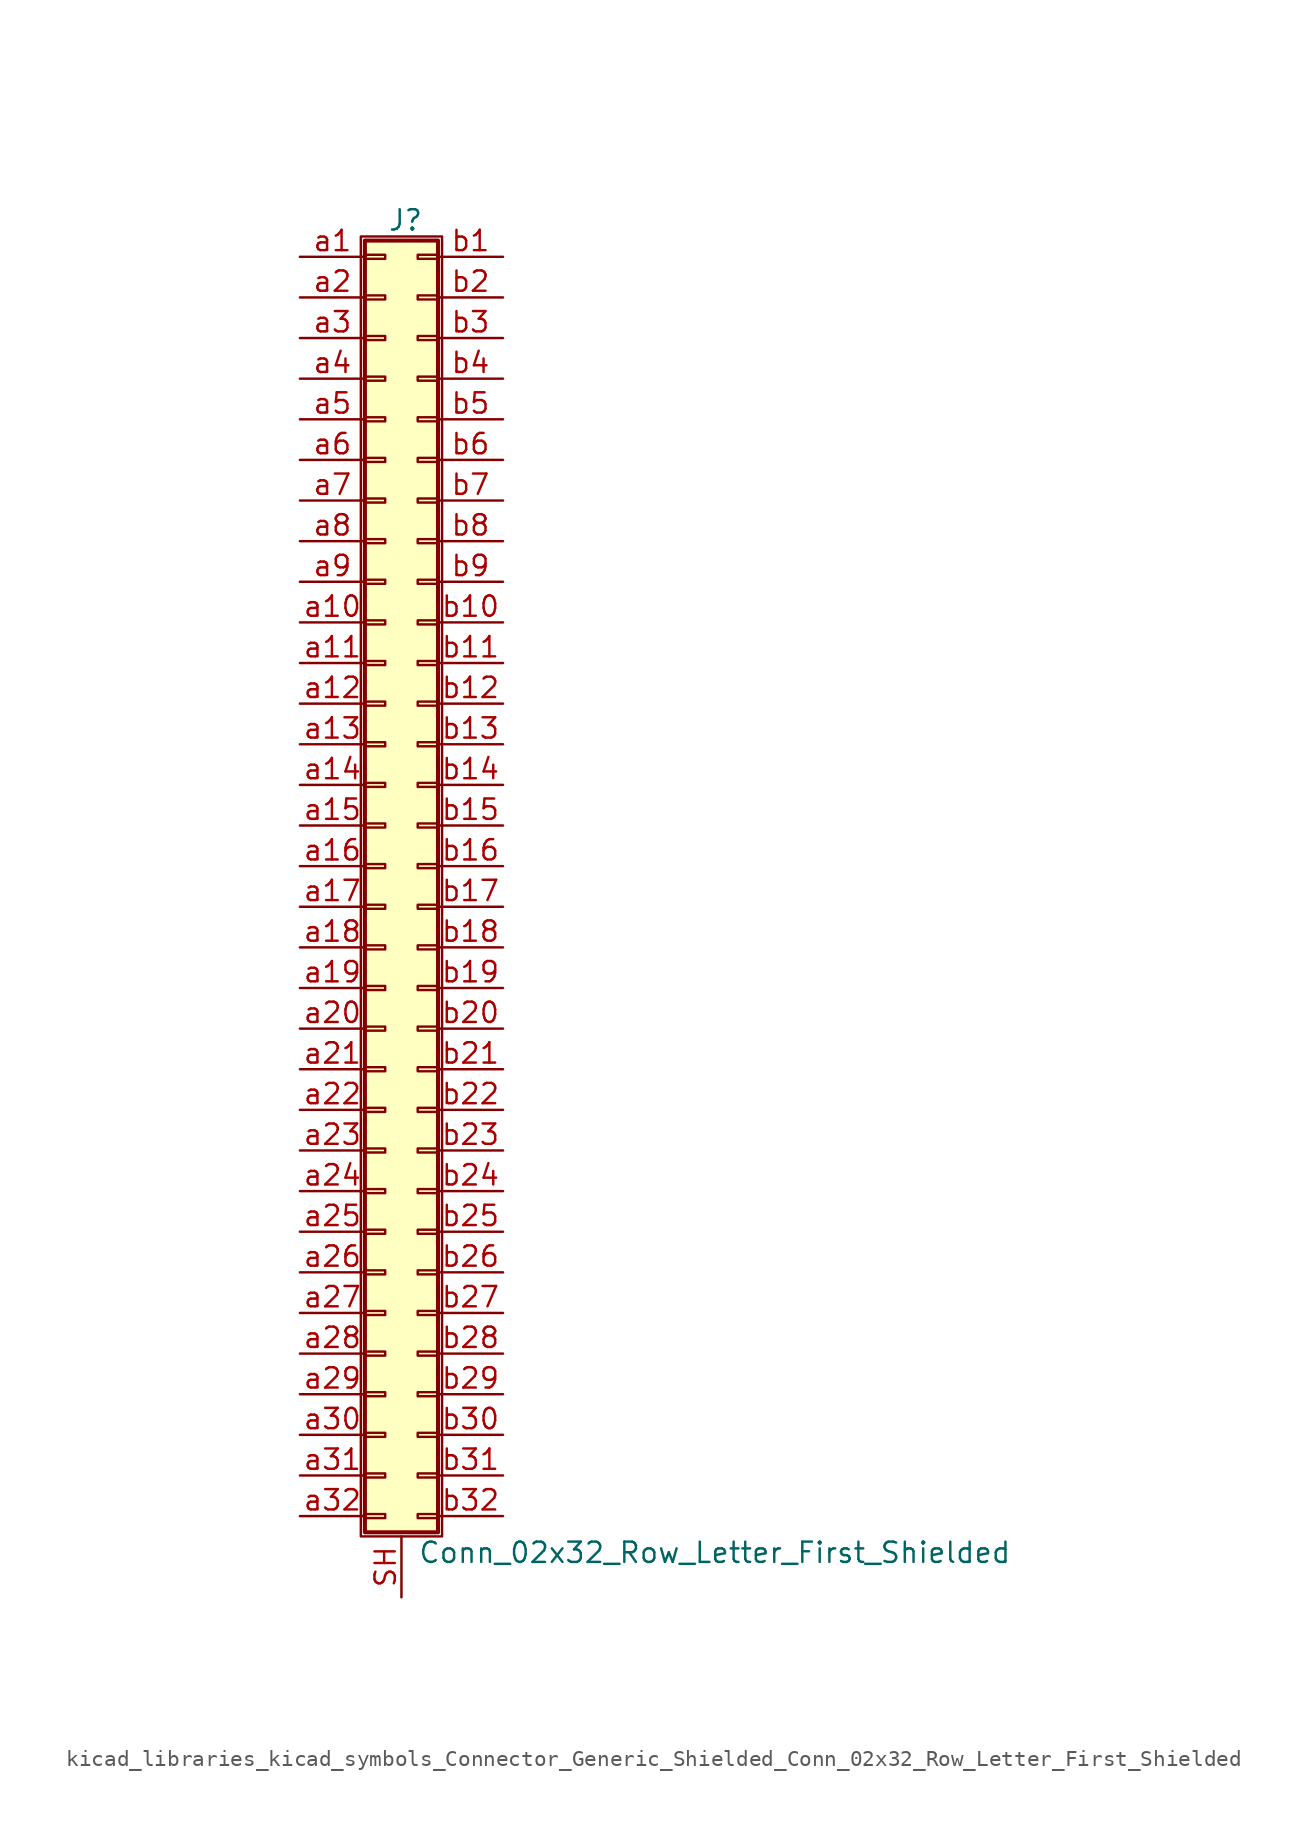
<source format=kicad_sym>
(kicad_symbol_lib
  (version 20220914)
  (generator kicad_symbol_editor)
  (symbol "kicad_libraries_kicad_symbols_Connector_Generic_Shielded_Conn_02x32_Row_Letter_First_Shielded"
    (pin_names
      (offset 1.016) hide)
    (property "Reference" "J"
      (at 1.524 40.386 0)
      (effects (font (size 1.27 1.27))))
    (property "Value" "Conn_02x32_Row_Letter_First_Shielded"
      (at 2.286 -42.926 0)
      (effects (font (size 1.27 1.27)) (justify left)))
    (symbol "kicad_libraries_kicad_symbols_Connector_Generic_Shielded_Conn_02x32_Row_Letter_First_Shielded_1_1"
      (rectangle (start -1.27 39.37) (end 3.81 -41.91) (stroke (width 0.152) (type default)) (fill (type none)))
      (rectangle (start -1.016 -40.513) (end 0.254 -40.767) (stroke (width 0.152) (type default)) (fill (type none)))
      (rectangle (start -1.016 -37.973) (end 0.254 -38.227) (stroke (width 0.152) (type default)) (fill (type none)))
      (rectangle (start -1.016 -35.433) (end 0.254 -35.687) (stroke (width 0.152) (type default)) (fill (type none)))
      (rectangle (start -1.016 -32.893) (end 0.254 -33.147) (stroke (width 0.152) (type default)) (fill (type none)))
      (rectangle (start -1.016 -30.353) (end 0.254 -30.607) (stroke (width 0.152) (type default)) (fill (type none)))
      (rectangle (start -1.016 -27.813) (end 0.254 -28.067) (stroke (width 0.152) (type default)) (fill (type none)))
      (rectangle (start -1.016 -25.273) (end 0.254 -25.527) (stroke (width 0.152) (type default)) (fill (type none)))
      (rectangle (start -1.016 -22.733) (end 0.254 -22.987) (stroke (width 0.152) (type default)) (fill (type none)))
      (rectangle (start -1.016 -20.193) (end 0.254 -20.447) (stroke (width 0.152) (type default)) (fill (type none)))
      (rectangle (start -1.016 -17.653) (end 0.254 -17.907) (stroke (width 0.152) (type default)) (fill (type none)))
      (rectangle (start -1.016 -15.113) (end 0.254 -15.367) (stroke (width 0.152) (type default)) (fill (type none)))
      (rectangle (start -1.016 -12.573) (end 0.254 -12.827) (stroke (width 0.152) (type default)) (fill (type none)))
      (rectangle (start -1.016 -10.033) (end 0.254 -10.287) (stroke (width 0.152) (type default)) (fill (type none)))
      (rectangle (start -1.016 -7.493) (end 0.254 -7.747) (stroke (width 0.152) (type default)) (fill (type none)))
      (rectangle (start -1.016 -4.953) (end 0.254 -5.207) (stroke (width 0.152) (type default)) (fill (type none)))
      (rectangle (start -1.016 -2.413) (end 0.254 -2.667) (stroke (width 0.152) (type default)) (fill (type none)))
      (rectangle (start -1.016 0.127) (end 0.254 -0.127) (stroke (width 0.152) (type default)) (fill (type none)))
      (rectangle (start -1.016 2.667) (end 0.254 2.413) (stroke (width 0.152) (type default)) (fill (type none)))
      (rectangle (start -1.016 5.207) (end 0.254 4.953) (stroke (width 0.152) (type default)) (fill (type none)))
      (rectangle (start -1.016 7.747) (end 0.254 7.493) (stroke (width 0.152) (type default)) (fill (type none)))
      (rectangle (start -1.016 10.287) (end 0.254 10.033) (stroke (width 0.152) (type default)) (fill (type none)))
      (rectangle (start -1.016 12.827) (end 0.254 12.573) (stroke (width 0.152) (type default)) (fill (type none)))
      (rectangle (start -1.016 15.367) (end 0.254 15.113) (stroke (width 0.152) (type default)) (fill (type none)))
      (rectangle (start -1.016 17.907) (end 0.254 17.653) (stroke (width 0.152) (type default)) (fill (type none)))
      (rectangle (start -1.016 20.447) (end 0.254 20.193) (stroke (width 0.152) (type default)) (fill (type none)))
      (rectangle (start -1.016 22.987) (end 0.254 22.733) (stroke (width 0.152) (type default)) (fill (type none)))
      (rectangle (start -1.016 25.527) (end 0.254 25.273) (stroke (width 0.152) (type default)) (fill (type none)))
      (rectangle (start -1.016 28.067) (end 0.254 27.813) (stroke (width 0.152) (type default)) (fill (type none)))
      (rectangle (start -1.016 30.607) (end 0.254 30.353) (stroke (width 0.152) (type default)) (fill (type none)))
      (rectangle (start -1.016 33.147) (end 0.254 32.893) (stroke (width 0.152) (type default)) (fill (type none)))
      (rectangle (start -1.016 35.687) (end 0.254 35.433) (stroke (width 0.152) (type default)) (fill (type none)))
      (rectangle (start -1.016 38.227) (end 0.254 37.973) (stroke (width 0.152) (type default)) (fill (type none)))
      (rectangle (start -1.016 39.116) (end 3.556 -41.656) (stroke (width 0.254) (type default)) (fill (type background)))
      (rectangle (start 3.556 -40.513) (end 2.286 -40.767) (stroke (width 0.152) (type default)) (fill (type none)))
      (rectangle (start 3.556 -37.973) (end 2.286 -38.227) (stroke (width 0.152) (type default)) (fill (type none)))
      (rectangle (start 3.556 -35.433) (end 2.286 -35.687) (stroke (width 0.152) (type default)) (fill (type none)))
      (rectangle (start 3.556 -32.893) (end 2.286 -33.147) (stroke (width 0.152) (type default)) (fill (type none)))
      (rectangle (start 3.556 -30.353) (end 2.286 -30.607) (stroke (width 0.152) (type default)) (fill (type none)))
      (rectangle (start 3.556 -27.813) (end 2.286 -28.067) (stroke (width 0.152) (type default)) (fill (type none)))
      (rectangle (start 3.556 -25.273) (end 2.286 -25.527) (stroke (width 0.152) (type default)) (fill (type none)))
      (rectangle (start 3.556 -22.733) (end 2.286 -22.987) (stroke (width 0.152) (type default)) (fill (type none)))
      (rectangle (start 3.556 -20.193) (end 2.286 -20.447) (stroke (width 0.152) (type default)) (fill (type none)))
      (rectangle (start 3.556 -17.653) (end 2.286 -17.907) (stroke (width 0.152) (type default)) (fill (type none)))
      (rectangle (start 3.556 -15.113) (end 2.286 -15.367) (stroke (width 0.152) (type default)) (fill (type none)))
      (rectangle (start 3.556 -12.573) (end 2.286 -12.827) (stroke (width 0.152) (type default)) (fill (type none)))
      (rectangle (start 3.556 -10.033) (end 2.286 -10.287) (stroke (width 0.152) (type default)) (fill (type none)))
      (rectangle (start 3.556 -7.493) (end 2.286 -7.747) (stroke (width 0.152) (type default)) (fill (type none)))
      (rectangle (start 3.556 -4.953) (end 2.286 -5.207) (stroke (width 0.152) (type default)) (fill (type none)))
      (rectangle (start 3.556 -2.413) (end 2.286 -2.667) (stroke (width 0.152) (type default)) (fill (type none)))
      (rectangle (start 3.556 0.127) (end 2.286 -0.127) (stroke (width 0.152) (type default)) (fill (type none)))
      (rectangle (start 3.556 2.667) (end 2.286 2.413) (stroke (width 0.152) (type default)) (fill (type none)))
      (rectangle (start 3.556 5.207) (end 2.286 4.953) (stroke (width 0.152) (type default)) (fill (type none)))
      (rectangle (start 3.556 7.747) (end 2.286 7.493) (stroke (width 0.152) (type default)) (fill (type none)))
      (rectangle (start 3.556 10.287) (end 2.286 10.033) (stroke (width 0.152) (type default)) (fill (type none)))
      (rectangle (start 3.556 12.827) (end 2.286 12.573) (stroke (width 0.152) (type default)) (fill (type none)))
      (rectangle (start 3.556 15.367) (end 2.286 15.113) (stroke (width 0.152) (type default)) (fill (type none)))
      (rectangle (start 3.556 17.907) (end 2.286 17.653) (stroke (width 0.152) (type default)) (fill (type none)))
      (rectangle (start 3.556 20.447) (end 2.286 20.193) (stroke (width 0.152) (type default)) (fill (type none)))
      (rectangle (start 3.556 22.987) (end 2.286 22.733) (stroke (width 0.152) (type default)) (fill (type none)))
      (rectangle (start 3.556 25.527) (end 2.286 25.273) (stroke (width 0.152) (type default)) (fill (type none)))
      (rectangle (start 3.556 28.067) (end 2.286 27.813) (stroke (width 0.152) (type default)) (fill (type none)))
      (rectangle (start 3.556 30.607) (end 2.286 30.353) (stroke (width 0.152) (type default)) (fill (type none)))
      (rectangle (start 3.556 33.147) (end 2.286 32.893) (stroke (width 0.152) (type default)) (fill (type none)))
      (rectangle (start 3.556 35.687) (end 2.286 35.433) (stroke (width 0.152) (type default)) (fill (type none)))
      (rectangle (start 3.556 38.227) (end 2.286 37.973) (stroke (width 0.152) (type default)) (fill (type none)))
      (pin passive line (at 1.27 -45.72 90) (length 3.81) (name "Shield" (effects (font (size 1.27 1.27)))) (number "SH" (effects (font (size 1.27 1.27)))))
      (pin passive line (at -5.08 38.1 0) (length 4.064) (name "Pin_a1" (effects (font (size 1.27 1.27)))) (number "a1" (effects (font (size 1.27 1.27)))))
      (pin passive line (at -5.08 15.24 0) (length 4.064) (name "Pin_a10" (effects (font (size 1.27 1.27)))) (number "a10" (effects (font (size 1.27 1.27)))))
      (pin passive line (at -5.08 12.7 0) (length 4.064) (name "Pin_a11" (effects (font (size 1.27 1.27)))) (number "a11" (effects (font (size 1.27 1.27)))))
      (pin passive line (at -5.08 10.16 0) (length 4.064) (name "Pin_a12" (effects (font (size 1.27 1.27)))) (number "a12" (effects (font (size 1.27 1.27)))))
      (pin passive line (at -5.08 7.62 0) (length 4.064) (name "Pin_a13" (effects (font (size 1.27 1.27)))) (number "a13" (effects (font (size 1.27 1.27)))))
      (pin passive line (at -5.08 5.08 0) (length 4.064) (name "Pin_a14" (effects (font (size 1.27 1.27)))) (number "a14" (effects (font (size 1.27 1.27)))))
      (pin passive line (at -5.08 2.54 0) (length 4.064) (name "Pin_a15" (effects (font (size 1.27 1.27)))) (number "a15" (effects (font (size 1.27 1.27)))))
      (pin passive line (at -5.08 0 0) (length 4.064) (name "Pin_a16" (effects (font (size 1.27 1.27)))) (number "a16" (effects (font (size 1.27 1.27)))))
      (pin passive line (at -5.08 -2.54 0) (length 4.064) (name "Pin_a17" (effects (font (size 1.27 1.27)))) (number "a17" (effects (font (size 1.27 1.27)))))
      (pin passive line (at -5.08 -5.08 0) (length 4.064) (name "Pin_a18" (effects (font (size 1.27 1.27)))) (number "a18" (effects (font (size 1.27 1.27)))))
      (pin passive line (at -5.08 -7.62 0) (length 4.064) (name "Pin_a19" (effects (font (size 1.27 1.27)))) (number "a19" (effects (font (size 1.27 1.27)))))
      (pin passive line (at -5.08 35.56 0) (length 4.064) (name "Pin_a2" (effects (font (size 1.27 1.27)))) (number "a2" (effects (font (size 1.27 1.27)))))
      (pin passive line (at -5.08 -10.16 0) (length 4.064) (name "Pin_a20" (effects (font (size 1.27 1.27)))) (number "a20" (effects (font (size 1.27 1.27)))))
      (pin passive line (at -5.08 -12.7 0) (length 4.064) (name "Pin_a21" (effects (font (size 1.27 1.27)))) (number "a21" (effects (font (size 1.27 1.27)))))
      (pin passive line (at -5.08 -15.24 0) (length 4.064) (name "Pin_a22" (effects (font (size 1.27 1.27)))) (number "a22" (effects (font (size 1.27 1.27)))))
      (pin passive line (at -5.08 -17.78 0) (length 4.064) (name "Pin_a23" (effects (font (size 1.27 1.27)))) (number "a23" (effects (font (size 1.27 1.27)))))
      (pin passive line (at -5.08 -20.32 0) (length 4.064) (name "Pin_a24" (effects (font (size 1.27 1.27)))) (number "a24" (effects (font (size 1.27 1.27)))))
      (pin passive line (at -5.08 -22.86 0) (length 4.064) (name "Pin_a25" (effects (font (size 1.27 1.27)))) (number "a25" (effects (font (size 1.27 1.27)))))
      (pin passive line (at -5.08 -25.4 0) (length 4.064) (name "Pin_a26" (effects (font (size 1.27 1.27)))) (number "a26" (effects (font (size 1.27 1.27)))))
      (pin passive line (at -5.08 -27.94 0) (length 4.064) (name "Pin_a27" (effects (font (size 1.27 1.27)))) (number "a27" (effects (font (size 1.27 1.27)))))
      (pin passive line (at -5.08 -30.48 0) (length 4.064) (name "Pin_a28" (effects (font (size 1.27 1.27)))) (number "a28" (effects (font (size 1.27 1.27)))))
      (pin passive line (at -5.08 -33.02 0) (length 4.064) (name "Pin_a29" (effects (font (size 1.27 1.27)))) (number "a29" (effects (font (size 1.27 1.27)))))
      (pin passive line (at -5.08 33.02 0) (length 4.064) (name "Pin_a3" (effects (font (size 1.27 1.27)))) (number "a3" (effects (font (size 1.27 1.27)))))
      (pin passive line (at -5.08 -35.56 0) (length 4.064) (name "Pin_a30" (effects (font (size 1.27 1.27)))) (number "a30" (effects (font (size 1.27 1.27)))))
      (pin passive line (at -5.08 -38.1 0) (length 4.064) (name "Pin_a31" (effects (font (size 1.27 1.27)))) (number "a31" (effects (font (size 1.27 1.27)))))
      (pin passive line (at -5.08 -40.64 0) (length 4.064) (name "Pin_a32" (effects (font (size 1.27 1.27)))) (number "a32" (effects (font (size 1.27 1.27)))))
      (pin passive line (at -5.08 30.48 0) (length 4.064) (name "Pin_a4" (effects (font (size 1.27 1.27)))) (number "a4" (effects (font (size 1.27 1.27)))))
      (pin passive line (at -5.08 27.94 0) (length 4.064) (name "Pin_a5" (effects (font (size 1.27 1.27)))) (number "a5" (effects (font (size 1.27 1.27)))))
      (pin passive line (at -5.08 25.4 0) (length 4.064) (name "Pin_a6" (effects (font (size 1.27 1.27)))) (number "a6" (effects (font (size 1.27 1.27)))))
      (pin passive line (at -5.08 22.86 0) (length 4.064) (name "Pin_a7" (effects (font (size 1.27 1.27)))) (number "a7" (effects (font (size 1.27 1.27)))))
      (pin passive line (at -5.08 20.32 0) (length 4.064) (name "Pin_a8" (effects (font (size 1.27 1.27)))) (number "a8" (effects (font (size 1.27 1.27)))))
      (pin passive line (at -5.08 17.78 0) (length 4.064) (name "Pin_a9" (effects (font (size 1.27 1.27)))) (number "a9" (effects (font (size 1.27 1.27)))))
      (pin passive line (at 7.62 38.1 180) (length 4.064) (name "Pin_b1" (effects (font (size 1.27 1.27)))) (number "b1" (effects (font (size 1.27 1.27)))))
      (pin passive line (at 7.62 15.24 180) (length 4.064) (name "Pin_b10" (effects (font (size 1.27 1.27)))) (number "b10" (effects (font (size 1.27 1.27)))))
      (pin passive line (at 7.62 12.7 180) (length 4.064) (name "Pin_b11" (effects (font (size 1.27 1.27)))) (number "b11" (effects (font (size 1.27 1.27)))))
      (pin passive line (at 7.62 10.16 180) (length 4.064) (name "Pin_b12" (effects (font (size 1.27 1.27)))) (number "b12" (effects (font (size 1.27 1.27)))))
      (pin passive line (at 7.62 7.62 180) (length 4.064) (name "Pin_b13" (effects (font (size 1.27 1.27)))) (number "b13" (effects (font (size 1.27 1.27)))))
      (pin passive line (at 7.62 5.08 180) (length 4.064) (name "Pin_b14" (effects (font (size 1.27 1.27)))) (number "b14" (effects (font (size 1.27 1.27)))))
      (pin passive line (at 7.62 2.54 180) (length 4.064) (name "Pin_b15" (effects (font (size 1.27 1.27)))) (number "b15" (effects (font (size 1.27 1.27)))))
      (pin passive line (at 7.62 0 180) (length 4.064) (name "Pin_b16" (effects (font (size 1.27 1.27)))) (number "b16" (effects (font (size 1.27 1.27)))))
      (pin passive line (at 7.62 -2.54 180) (length 4.064) (name "Pin_b17" (effects (font (size 1.27 1.27)))) (number "b17" (effects (font (size 1.27 1.27)))))
      (pin passive line (at 7.62 -5.08 180) (length 4.064) (name "Pin_b18" (effects (font (size 1.27 1.27)))) (number "b18" (effects (font (size 1.27 1.27)))))
      (pin passive line (at 7.62 -7.62 180) (length 4.064) (name "Pin_b19" (effects (font (size 1.27 1.27)))) (number "b19" (effects (font (size 1.27 1.27)))))
      (pin passive line (at 7.62 35.56 180) (length 4.064) (name "Pin_b2" (effects (font (size 1.27 1.27)))) (number "b2" (effects (font (size 1.27 1.27)))))
      (pin passive line (at 7.62 -10.16 180) (length 4.064) (name "Pin_b20" (effects (font (size 1.27 1.27)))) (number "b20" (effects (font (size 1.27 1.27)))))
      (pin passive line (at 7.62 -12.7 180) (length 4.064) (name "Pin_b21" (effects (font (size 1.27 1.27)))) (number "b21" (effects (font (size 1.27 1.27)))))
      (pin passive line (at 7.62 -15.24 180) (length 4.064) (name "Pin_b22" (effects (font (size 1.27 1.27)))) (number "b22" (effects (font (size 1.27 1.27)))))
      (pin passive line (at 7.62 -17.78 180) (length 4.064) (name "Pin_b23" (effects (font (size 1.27 1.27)))) (number "b23" (effects (font (size 1.27 1.27)))))
      (pin passive line (at 7.62 -20.32 180) (length 4.064) (name "Pin_b24" (effects (font (size 1.27 1.27)))) (number "b24" (effects (font (size 1.27 1.27)))))
      (pin passive line (at 7.62 -22.86 180) (length 4.064) (name "Pin_b25" (effects (font (size 1.27 1.27)))) (number "b25" (effects (font (size 1.27 1.27)))))
      (pin passive line (at 7.62 -25.4 180) (length 4.064) (name "Pin_b26" (effects (font (size 1.27 1.27)))) (number "b26" (effects (font (size 1.27 1.27)))))
      (pin passive line (at 7.62 -27.94 180) (length 4.064) (name "Pin_b27" (effects (font (size 1.27 1.27)))) (number "b27" (effects (font (size 1.27 1.27)))))
      (pin passive line (at 7.62 -30.48 180) (length 4.064) (name "Pin_b28" (effects (font (size 1.27 1.27)))) (number "b28" (effects (font (size 1.27 1.27)))))
      (pin passive line (at 7.62 -33.02 180) (length 4.064) (name "Pin_b29" (effects (font (size 1.27 1.27)))) (number "b29" (effects (font (size 1.27 1.27)))))
      (pin passive line (at 7.62 33.02 180) (length 4.064) (name "Pin_b3" (effects (font (size 1.27 1.27)))) (number "b3" (effects (font (size 1.27 1.27)))))
      (pin passive line (at 7.62 -35.56 180) (length 4.064) (name "Pin_b30" (effects (font (size 1.27 1.27)))) (number "b30" (effects (font (size 1.27 1.27)))))
      (pin passive line (at 7.62 -38.1 180) (length 4.064) (name "Pin_b31" (effects (font (size 1.27 1.27)))) (number "b31" (effects (font (size 1.27 1.27)))))
      (pin passive line (at 7.62 -40.64 180) (length 4.064) (name "Pin_b32" (effects (font (size 1.27 1.27)))) (number "b32" (effects (font (size 1.27 1.27)))))
      (pin passive line (at 7.62 30.48 180) (length 4.064) (name "Pin_b4" (effects (font (size 1.27 1.27)))) (number "b4" (effects (font (size 1.27 1.27)))))
      (pin passive line (at 7.62 27.94 180) (length 4.064) (name "Pin_b5" (effects (font (size 1.27 1.27)))) (number "b5" (effects (font (size 1.27 1.27)))))
      (pin passive line (at 7.62 25.4 180) (length 4.064) (name "Pin_b6" (effects (font (size 1.27 1.27)))) (number "b6" (effects (font (size 1.27 1.27)))))
      (pin passive line (at 7.62 22.86 180) (length 4.064) (name "Pin_b7" (effects (font (size 1.27 1.27)))) (number "b7" (effects (font (size 1.27 1.27)))))
      (pin passive line (at 7.62 20.32 180) (length 4.064) (name "Pin_b8" (effects (font (size 1.27 1.27)))) (number "b8" (effects (font (size 1.27 1.27)))))
      (pin passive line (at 7.62 17.78 180) (length 4.064) (name "Pin_b9" (effects (font (size 1.27 1.27)))) (number "b9" (effects (font (size 1.27 1.27))))))))
</source>
